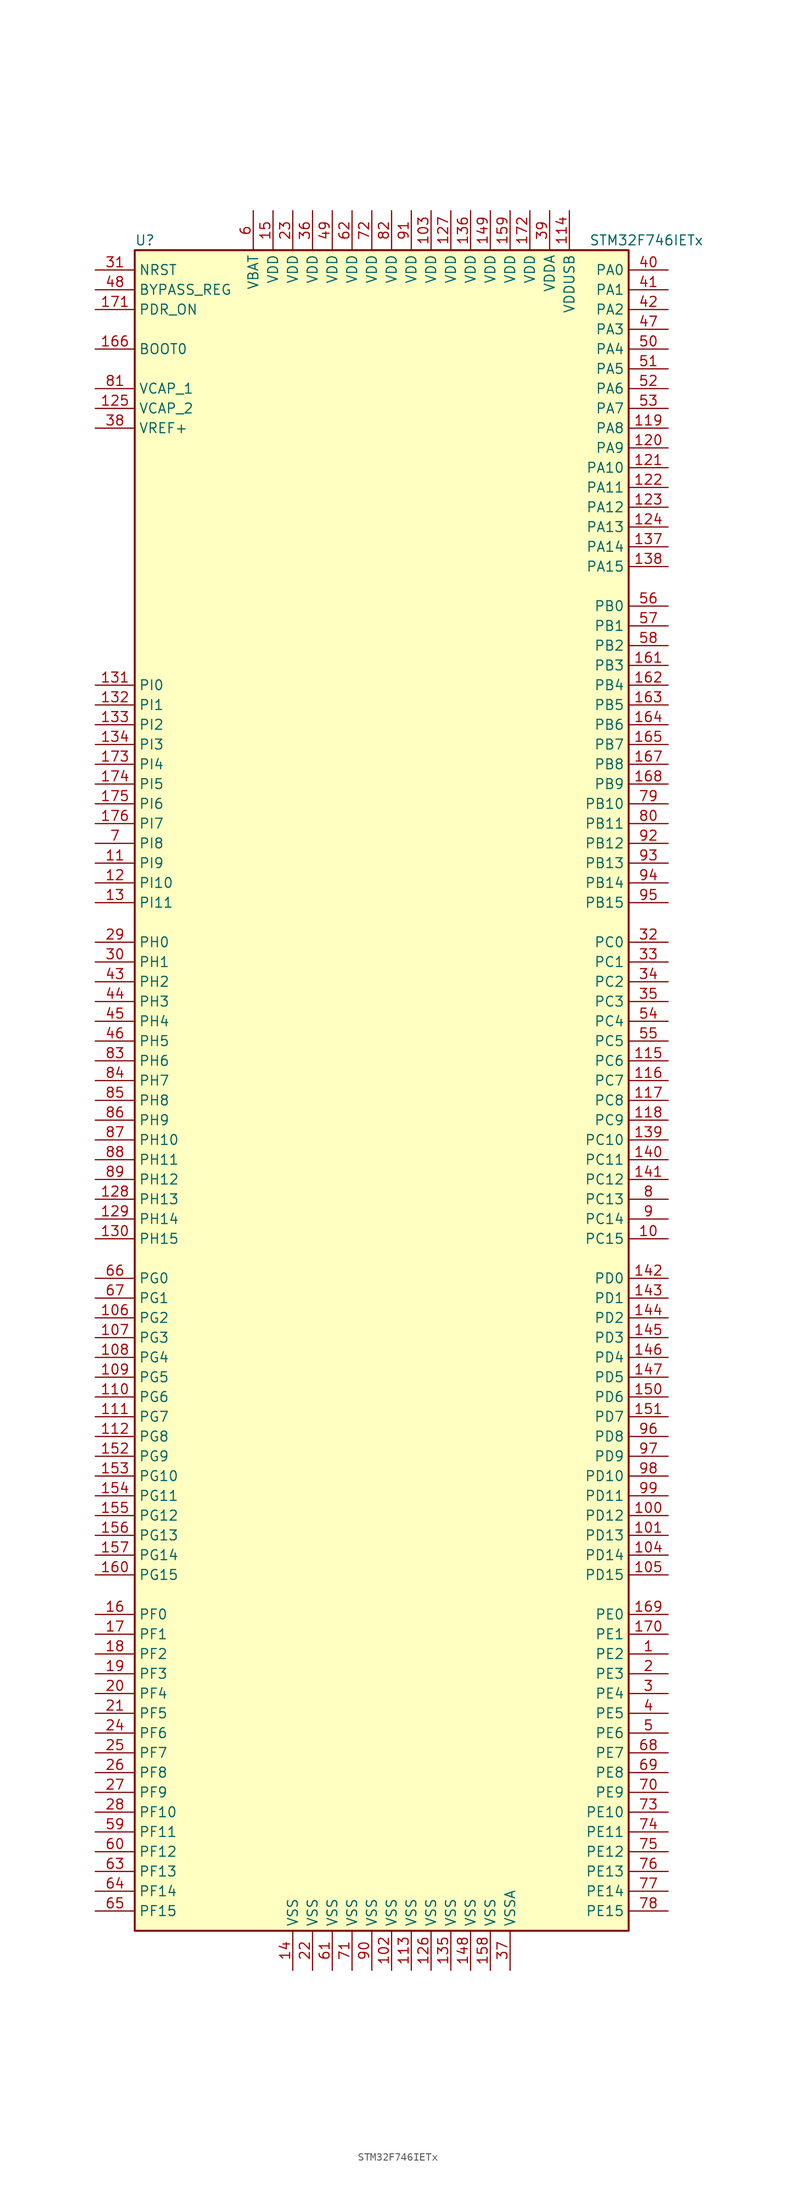
<source format=kicad_sym>
(kicad_symbol_lib
  (version 20201005)
  (generator kicad_symbol_editor)
  (symbol "STM32F746IETx"
    (property "Reference" "U"
      (at -33.02 107.95 0)
      (effects (font (size 1.27 1.27)) (justify left)))
    (property "Value" "STM32F746IETx"
      (at 25.4 107.95 0)
      (effects (font (size 1.27 1.27)) (justify left)))
    (symbol "STM32F746IETx_0_1"
      (rectangle (start -33.02 -109.22) (end 30.48 106.68) (stroke (width 0.254)) (fill (type background))))
    (symbol "STM32F746IETx_1_1"
      (pin input line (at -38.1 93.98 0) (length 5.08) (name "BOOT0" (effects (font (size 1.27 1.27)))) (number "166" (effects (font (size 1.27 1.27)))))
      (pin input line (at -38.1 101.6 0) (length 5.08) (name "BYPASS_REG" (effects (font (size 1.27 1.27)))) (number "48" (effects (font (size 1.27 1.27)))))
      (pin input line (at -38.1 104.14 0) (length 5.08) (name "NRST" (effects (font (size 1.27 1.27)))) (number "31" (effects (font (size 1.27 1.27)))))
      (pin bidirectional line (at 35.56 104.14 180) (length 5.08) (name "PA0" (effects (font (size 1.27 1.27)))) (number "40" (effects (font (size 1.27 1.27)))))
      (pin bidirectional line (at 35.56 101.6 180) (length 5.08) (name "PA1" (effects (font (size 1.27 1.27)))) (number "41" (effects (font (size 1.27 1.27)))))
      (pin bidirectional line (at 35.56 78.74 180) (length 5.08) (name "PA10" (effects (font (size 1.27 1.27)))) (number "121" (effects (font (size 1.27 1.27)))))
      (pin bidirectional line (at 35.56 76.2 180) (length 5.08) (name "PA11" (effects (font (size 1.27 1.27)))) (number "122" (effects (font (size 1.27 1.27)))))
      (pin bidirectional line (at 35.56 73.66 180) (length 5.08) (name "PA12" (effects (font (size 1.27 1.27)))) (number "123" (effects (font (size 1.27 1.27)))))
      (pin bidirectional line (at 35.56 71.12 180) (length 5.08) (name "PA13" (effects (font (size 1.27 1.27)))) (number "124" (effects (font (size 1.27 1.27)))))
      (pin bidirectional line (at 35.56 68.58 180) (length 5.08) (name "PA14" (effects (font (size 1.27 1.27)))) (number "137" (effects (font (size 1.27 1.27)))))
      (pin bidirectional line (at 35.56 66.04 180) (length 5.08) (name "PA15" (effects (font (size 1.27 1.27)))) (number "138" (effects (font (size 1.27 1.27)))))
      (pin bidirectional line (at 35.56 99.06 180) (length 5.08) (name "PA2" (effects (font (size 1.27 1.27)))) (number "42" (effects (font (size 1.27 1.27)))))
      (pin bidirectional line (at 35.56 96.52 180) (length 5.08) (name "PA3" (effects (font (size 1.27 1.27)))) (number "47" (effects (font (size 1.27 1.27)))))
      (pin bidirectional line (at 35.56 93.98 180) (length 5.08) (name "PA4" (effects (font (size 1.27 1.27)))) (number "50" (effects (font (size 1.27 1.27)))))
      (pin bidirectional line (at 35.56 91.44 180) (length 5.08) (name "PA5" (effects (font (size 1.27 1.27)))) (number "51" (effects (font (size 1.27 1.27)))))
      (pin bidirectional line (at 35.56 88.9 180) (length 5.08) (name "PA6" (effects (font (size 1.27 1.27)))) (number "52" (effects (font (size 1.27 1.27)))))
      (pin bidirectional line (at 35.56 86.36 180) (length 5.08) (name "PA7" (effects (font (size 1.27 1.27)))) (number "53" (effects (font (size 1.27 1.27)))))
      (pin bidirectional line (at 35.56 83.82 180) (length 5.08) (name "PA8" (effects (font (size 1.27 1.27)))) (number "119" (effects (font (size 1.27 1.27)))))
      (pin bidirectional line (at 35.56 81.28 180) (length 5.08) (name "PA9" (effects (font (size 1.27 1.27)))) (number "120" (effects (font (size 1.27 1.27)))))
      (pin bidirectional line (at 35.56 60.96 180) (length 5.08) (name "PB0" (effects (font (size 1.27 1.27)))) (number "56" (effects (font (size 1.27 1.27)))))
      (pin bidirectional line (at 35.56 58.42 180) (length 5.08) (name "PB1" (effects (font (size 1.27 1.27)))) (number "57" (effects (font (size 1.27 1.27)))))
      (pin bidirectional line (at 35.56 35.56 180) (length 5.08) (name "PB10" (effects (font (size 1.27 1.27)))) (number "79" (effects (font (size 1.27 1.27)))))
      (pin bidirectional line (at 35.56 33.02 180) (length 5.08) (name "PB11" (effects (font (size 1.27 1.27)))) (number "80" (effects (font (size 1.27 1.27)))))
      (pin bidirectional line (at 35.56 30.48 180) (length 5.08) (name "PB12" (effects (font (size 1.27 1.27)))) (number "92" (effects (font (size 1.27 1.27)))))
      (pin bidirectional line (at 35.56 27.94 180) (length 5.08) (name "PB13" (effects (font (size 1.27 1.27)))) (number "93" (effects (font (size 1.27 1.27)))))
      (pin bidirectional line (at 35.56 25.4 180) (length 5.08) (name "PB14" (effects (font (size 1.27 1.27)))) (number "94" (effects (font (size 1.27 1.27)))))
      (pin bidirectional line (at 35.56 22.86 180) (length 5.08) (name "PB15" (effects (font (size 1.27 1.27)))) (number "95" (effects (font (size 1.27 1.27)))))
      (pin bidirectional line (at 35.56 55.88 180) (length 5.08) (name "PB2" (effects (font (size 1.27 1.27)))) (number "58" (effects (font (size 1.27 1.27)))))
      (pin bidirectional line (at 35.56 53.34 180) (length 5.08) (name "PB3" (effects (font (size 1.27 1.27)))) (number "161" (effects (font (size 1.27 1.27)))))
      (pin bidirectional line (at 35.56 50.8 180) (length 5.08) (name "PB4" (effects (font (size 1.27 1.27)))) (number "162" (effects (font (size 1.27 1.27)))))
      (pin bidirectional line (at 35.56 48.26 180) (length 5.08) (name "PB5" (effects (font (size 1.27 1.27)))) (number "163" (effects (font (size 1.27 1.27)))))
      (pin bidirectional line (at 35.56 45.72 180) (length 5.08) (name "PB6" (effects (font (size 1.27 1.27)))) (number "164" (effects (font (size 1.27 1.27)))))
      (pin bidirectional line (at 35.56 43.18 180) (length 5.08) (name "PB7" (effects (font (size 1.27 1.27)))) (number "165" (effects (font (size 1.27 1.27)))))
      (pin bidirectional line (at 35.56 40.64 180) (length 5.08) (name "PB8" (effects (font (size 1.27 1.27)))) (number "167" (effects (font (size 1.27 1.27)))))
      (pin bidirectional line (at 35.56 38.1 180) (length 5.08) (name "PB9" (effects (font (size 1.27 1.27)))) (number "168" (effects (font (size 1.27 1.27)))))
      (pin bidirectional line (at 35.56 17.78 180) (length 5.08) (name "PC0" (effects (font (size 1.27 1.27)))) (number "32" (effects (font (size 1.27 1.27)))))
      (pin bidirectional line (at 35.56 15.24 180) (length 5.08) (name "PC1" (effects (font (size 1.27 1.27)))) (number "33" (effects (font (size 1.27 1.27)))))
      (pin bidirectional line (at 35.56 -7.62 180) (length 5.08) (name "PC10" (effects (font (size 1.27 1.27)))) (number "139" (effects (font (size 1.27 1.27)))))
      (pin bidirectional line (at 35.56 -10.16 180) (length 5.08) (name "PC11" (effects (font (size 1.27 1.27)))) (number "140" (effects (font (size 1.27 1.27)))))
      (pin bidirectional line (at 35.56 -12.7 180) (length 5.08) (name "PC12" (effects (font (size 1.27 1.27)))) (number "141" (effects (font (size 1.27 1.27)))))
      (pin bidirectional line (at 35.56 -15.24 180) (length 5.08) (name "PC13" (effects (font (size 1.27 1.27)))) (number "8" (effects (font (size 1.27 1.27)))))
      (pin bidirectional line (at 35.56 -17.78 180) (length 5.08) (name "PC14" (effects (font (size 1.27 1.27)))) (number "9" (effects (font (size 1.27 1.27)))))
      (pin bidirectional line (at 35.56 -20.32 180) (length 5.08) (name "PC15" (effects (font (size 1.27 1.27)))) (number "10" (effects (font (size 1.27 1.27)))))
      (pin bidirectional line (at 35.56 12.7 180) (length 5.08) (name "PC2" (effects (font (size 1.27 1.27)))) (number "34" (effects (font (size 1.27 1.27)))))
      (pin bidirectional line (at 35.56 10.16 180) (length 5.08) (name "PC3" (effects (font (size 1.27 1.27)))) (number "35" (effects (font (size 1.27 1.27)))))
      (pin bidirectional line (at 35.56 7.62 180) (length 5.08) (name "PC4" (effects (font (size 1.27 1.27)))) (number "54" (effects (font (size 1.27 1.27)))))
      (pin bidirectional line (at 35.56 5.08 180) (length 5.08) (name "PC5" (effects (font (size 1.27 1.27)))) (number "55" (effects (font (size 1.27 1.27)))))
      (pin bidirectional line (at 35.56 2.54 180) (length 5.08) (name "PC6" (effects (font (size 1.27 1.27)))) (number "115" (effects (font (size 1.27 1.27)))))
      (pin bidirectional line (at 35.56 0 180) (length 5.08) (name "PC7" (effects (font (size 1.27 1.27)))) (number "116" (effects (font (size 1.27 1.27)))))
      (pin bidirectional line (at 35.56 -2.54 180) (length 5.08) (name "PC8" (effects (font (size 1.27 1.27)))) (number "117" (effects (font (size 1.27 1.27)))))
      (pin bidirectional line (at 35.56 -5.08 180) (length 5.08) (name "PC9" (effects (font (size 1.27 1.27)))) (number "118" (effects (font (size 1.27 1.27)))))
      (pin bidirectional line (at 35.56 -25.4 180) (length 5.08) (name "PD0" (effects (font (size 1.27 1.27)))) (number "142" (effects (font (size 1.27 1.27)))))
      (pin bidirectional line (at 35.56 -27.94 180) (length 5.08) (name "PD1" (effects (font (size 1.27 1.27)))) (number "143" (effects (font (size 1.27 1.27)))))
      (pin bidirectional line (at 35.56 -50.8 180) (length 5.08) (name "PD10" (effects (font (size 1.27 1.27)))) (number "98" (effects (font (size 1.27 1.27)))))
      (pin bidirectional line (at 35.56 -53.34 180) (length 5.08) (name "PD11" (effects (font (size 1.27 1.27)))) (number "99" (effects (font (size 1.27 1.27)))))
      (pin bidirectional line (at 35.56 -55.88 180) (length 5.08) (name "PD12" (effects (font (size 1.27 1.27)))) (number "100" (effects (font (size 1.27 1.27)))))
      (pin bidirectional line (at 35.56 -58.42 180) (length 5.08) (name "PD13" (effects (font (size 1.27 1.27)))) (number "101" (effects (font (size 1.27 1.27)))))
      (pin bidirectional line (at 35.56 -60.96 180) (length 5.08) (name "PD14" (effects (font (size 1.27 1.27)))) (number "104" (effects (font (size 1.27 1.27)))))
      (pin bidirectional line (at 35.56 -63.5 180) (length 5.08) (name "PD15" (effects (font (size 1.27 1.27)))) (number "105" (effects (font (size 1.27 1.27)))))
      (pin bidirectional line (at 35.56 -30.48 180) (length 5.08) (name "PD2" (effects (font (size 1.27 1.27)))) (number "144" (effects (font (size 1.27 1.27)))))
      (pin bidirectional line (at 35.56 -33.02 180) (length 5.08) (name "PD3" (effects (font (size 1.27 1.27)))) (number "145" (effects (font (size 1.27 1.27)))))
      (pin bidirectional line (at 35.56 -35.56 180) (length 5.08) (name "PD4" (effects (font (size 1.27 1.27)))) (number "146" (effects (font (size 1.27 1.27)))))
      (pin bidirectional line (at 35.56 -38.1 180) (length 5.08) (name "PD5" (effects (font (size 1.27 1.27)))) (number "147" (effects (font (size 1.27 1.27)))))
      (pin bidirectional line (at 35.56 -40.64 180) (length 5.08) (name "PD6" (effects (font (size 1.27 1.27)))) (number "150" (effects (font (size 1.27 1.27)))))
      (pin bidirectional line (at 35.56 -43.18 180) (length 5.08) (name "PD7" (effects (font (size 1.27 1.27)))) (number "151" (effects (font (size 1.27 1.27)))))
      (pin bidirectional line (at 35.56 -45.72 180) (length 5.08) (name "PD8" (effects (font (size 1.27 1.27)))) (number "96" (effects (font (size 1.27 1.27)))))
      (pin bidirectional line (at 35.56 -48.26 180) (length 5.08) (name "PD9" (effects (font (size 1.27 1.27)))) (number "97" (effects (font (size 1.27 1.27)))))
      (pin input line (at -38.1 99.06 0) (length 5.08) (name "PDR_ON" (effects (font (size 1.27 1.27)))) (number "171" (effects (font (size 1.27 1.27)))))
      (pin bidirectional line (at 35.56 -68.58 180) (length 5.08) (name "PE0" (effects (font (size 1.27 1.27)))) (number "169" (effects (font (size 1.27 1.27)))))
      (pin bidirectional line (at 35.56 -71.12 180) (length 5.08) (name "PE1" (effects (font (size 1.27 1.27)))) (number "170" (effects (font (size 1.27 1.27)))))
      (pin bidirectional line (at 35.56 -93.98 180) (length 5.08) (name "PE10" (effects (font (size 1.27 1.27)))) (number "73" (effects (font (size 1.27 1.27)))))
      (pin bidirectional line (at 35.56 -96.52 180) (length 5.08) (name "PE11" (effects (font (size 1.27 1.27)))) (number "74" (effects (font (size 1.27 1.27)))))
      (pin bidirectional line (at 35.56 -99.06 180) (length 5.08) (name "PE12" (effects (font (size 1.27 1.27)))) (number "75" (effects (font (size 1.27 1.27)))))
      (pin bidirectional line (at 35.56 -101.6 180) (length 5.08) (name "PE13" (effects (font (size 1.27 1.27)))) (number "76" (effects (font (size 1.27 1.27)))))
      (pin bidirectional line (at 35.56 -104.14 180) (length 5.08) (name "PE14" (effects (font (size 1.27 1.27)))) (number "77" (effects (font (size 1.27 1.27)))))
      (pin bidirectional line (at 35.56 -106.68 180) (length 5.08) (name "PE15" (effects (font (size 1.27 1.27)))) (number "78" (effects (font (size 1.27 1.27)))))
      (pin bidirectional line (at 35.56 -73.66 180) (length 5.08) (name "PE2" (effects (font (size 1.27 1.27)))) (number "1" (effects (font (size 1.27 1.27)))))
      (pin bidirectional line (at 35.56 -76.2 180) (length 5.08) (name "PE3" (effects (font (size 1.27 1.27)))) (number "2" (effects (font (size 1.27 1.27)))))
      (pin bidirectional line (at 35.56 -78.74 180) (length 5.08) (name "PE4" (effects (font (size 1.27 1.27)))) (number "3" (effects (font (size 1.27 1.27)))))
      (pin bidirectional line (at 35.56 -81.28 180) (length 5.08) (name "PE5" (effects (font (size 1.27 1.27)))) (number "4" (effects (font (size 1.27 1.27)))))
      (pin bidirectional line (at 35.56 -83.82 180) (length 5.08) (name "PE6" (effects (font (size 1.27 1.27)))) (number "5" (effects (font (size 1.27 1.27)))))
      (pin bidirectional line (at 35.56 -86.36 180) (length 5.08) (name "PE7" (effects (font (size 1.27 1.27)))) (number "68" (effects (font (size 1.27 1.27)))))
      (pin bidirectional line (at 35.56 -88.9 180) (length 5.08) (name "PE8" (effects (font (size 1.27 1.27)))) (number "69" (effects (font (size 1.27 1.27)))))
      (pin bidirectional line (at 35.56 -91.44 180) (length 5.08) (name "PE9" (effects (font (size 1.27 1.27)))) (number "70" (effects (font (size 1.27 1.27)))))
      (pin bidirectional line (at -38.1 -68.58 0) (length 5.08) (name "PF0" (effects (font (size 1.27 1.27)))) (number "16" (effects (font (size 1.27 1.27)))))
      (pin bidirectional line (at -38.1 -71.12 0) (length 5.08) (name "PF1" (effects (font (size 1.27 1.27)))) (number "17" (effects (font (size 1.27 1.27)))))
      (pin bidirectional line (at -38.1 -93.98 0) (length 5.08) (name "PF10" (effects (font (size 1.27 1.27)))) (number "28" (effects (font (size 1.27 1.27)))))
      (pin bidirectional line (at -38.1 -96.52 0) (length 5.08) (name "PF11" (effects (font (size 1.27 1.27)))) (number "59" (effects (font (size 1.27 1.27)))))
      (pin bidirectional line (at -38.1 -99.06 0) (length 5.08) (name "PF12" (effects (font (size 1.27 1.27)))) (number "60" (effects (font (size 1.27 1.27)))))
      (pin bidirectional line (at -38.1 -101.6 0) (length 5.08) (name "PF13" (effects (font (size 1.27 1.27)))) (number "63" (effects (font (size 1.27 1.27)))))
      (pin bidirectional line (at -38.1 -104.14 0) (length 5.08) (name "PF14" (effects (font (size 1.27 1.27)))) (number "64" (effects (font (size 1.27 1.27)))))
      (pin bidirectional line (at -38.1 -106.68 0) (length 5.08) (name "PF15" (effects (font (size 1.27 1.27)))) (number "65" (effects (font (size 1.27 1.27)))))
      (pin bidirectional line (at -38.1 -73.66 0) (length 5.08) (name "PF2" (effects (font (size 1.27 1.27)))) (number "18" (effects (font (size 1.27 1.27)))))
      (pin bidirectional line (at -38.1 -76.2 0) (length 5.08) (name "PF3" (effects (font (size 1.27 1.27)))) (number "19" (effects (font (size 1.27 1.27)))))
      (pin bidirectional line (at -38.1 -78.74 0) (length 5.08) (name "PF4" (effects (font (size 1.27 1.27)))) (number "20" (effects (font (size 1.27 1.27)))))
      (pin bidirectional line (at -38.1 -81.28 0) (length 5.08) (name "PF5" (effects (font (size 1.27 1.27)))) (number "21" (effects (font (size 1.27 1.27)))))
      (pin bidirectional line (at -38.1 -83.82 0) (length 5.08) (name "PF6" (effects (font (size 1.27 1.27)))) (number "24" (effects (font (size 1.27 1.27)))))
      (pin bidirectional line (at -38.1 -86.36 0) (length 5.08) (name "PF7" (effects (font (size 1.27 1.27)))) (number "25" (effects (font (size 1.27 1.27)))))
      (pin bidirectional line (at -38.1 -88.9 0) (length 5.08) (name "PF8" (effects (font (size 1.27 1.27)))) (number "26" (effects (font (size 1.27 1.27)))))
      (pin bidirectional line (at -38.1 -91.44 0) (length 5.08) (name "PF9" (effects (font (size 1.27 1.27)))) (number "27" (effects (font (size 1.27 1.27)))))
      (pin bidirectional line (at -38.1 -25.4 0) (length 5.08) (name "PG0" (effects (font (size 1.27 1.27)))) (number "66" (effects (font (size 1.27 1.27)))))
      (pin bidirectional line (at -38.1 -27.94 0) (length 5.08) (name "PG1" (effects (font (size 1.27 1.27)))) (number "67" (effects (font (size 1.27 1.27)))))
      (pin bidirectional line (at -38.1 -50.8 0) (length 5.08) (name "PG10" (effects (font (size 1.27 1.27)))) (number "153" (effects (font (size 1.27 1.27)))))
      (pin bidirectional line (at -38.1 -53.34 0) (length 5.08) (name "PG11" (effects (font (size 1.27 1.27)))) (number "154" (effects (font (size 1.27 1.27)))))
      (pin bidirectional line (at -38.1 -55.88 0) (length 5.08) (name "PG12" (effects (font (size 1.27 1.27)))) (number "155" (effects (font (size 1.27 1.27)))))
      (pin bidirectional line (at -38.1 -58.42 0) (length 5.08) (name "PG13" (effects (font (size 1.27 1.27)))) (number "156" (effects (font (size 1.27 1.27)))))
      (pin bidirectional line (at -38.1 -60.96 0) (length 5.08) (name "PG14" (effects (font (size 1.27 1.27)))) (number "157" (effects (font (size 1.27 1.27)))))
      (pin bidirectional line (at -38.1 -63.5 0) (length 5.08) (name "PG15" (effects (font (size 1.27 1.27)))) (number "160" (effects (font (size 1.27 1.27)))))
      (pin bidirectional line (at -38.1 -30.48 0) (length 5.08) (name "PG2" (effects (font (size 1.27 1.27)))) (number "106" (effects (font (size 1.27 1.27)))))
      (pin bidirectional line (at -38.1 -33.02 0) (length 5.08) (name "PG3" (effects (font (size 1.27 1.27)))) (number "107" (effects (font (size 1.27 1.27)))))
      (pin bidirectional line (at -38.1 -35.56 0) (length 5.08) (name "PG4" (effects (font (size 1.27 1.27)))) (number "108" (effects (font (size 1.27 1.27)))))
      (pin bidirectional line (at -38.1 -38.1 0) (length 5.08) (name "PG5" (effects (font (size 1.27 1.27)))) (number "109" (effects (font (size 1.27 1.27)))))
      (pin bidirectional line (at -38.1 -40.64 0) (length 5.08) (name "PG6" (effects (font (size 1.27 1.27)))) (number "110" (effects (font (size 1.27 1.27)))))
      (pin bidirectional line (at -38.1 -43.18 0) (length 5.08) (name "PG7" (effects (font (size 1.27 1.27)))) (number "111" (effects (font (size 1.27 1.27)))))
      (pin bidirectional line (at -38.1 -45.72 0) (length 5.08) (name "PG8" (effects (font (size 1.27 1.27)))) (number "112" (effects (font (size 1.27 1.27)))))
      (pin bidirectional line (at -38.1 -48.26 0) (length 5.08) (name "PG9" (effects (font (size 1.27 1.27)))) (number "152" (effects (font (size 1.27 1.27)))))
      (pin input line (at -38.1 17.78 0) (length 5.08) (name "PH0" (effects (font (size 1.27 1.27)))) (number "29" (effects (font (size 1.27 1.27)))))
      (pin input line (at -38.1 15.24 0) (length 5.08) (name "PH1" (effects (font (size 1.27 1.27)))) (number "30" (effects (font (size 1.27 1.27)))))
      (pin bidirectional line (at -38.1 -7.62 0) (length 5.08) (name "PH10" (effects (font (size 1.27 1.27)))) (number "87" (effects (font (size 1.27 1.27)))))
      (pin bidirectional line (at -38.1 -10.16 0) (length 5.08) (name "PH11" (effects (font (size 1.27 1.27)))) (number "88" (effects (font (size 1.27 1.27)))))
      (pin bidirectional line (at -38.1 -12.7 0) (length 5.08) (name "PH12" (effects (font (size 1.27 1.27)))) (number "89" (effects (font (size 1.27 1.27)))))
      (pin bidirectional line (at -38.1 -15.24 0) (length 5.08) (name "PH13" (effects (font (size 1.27 1.27)))) (number "128" (effects (font (size 1.27 1.27)))))
      (pin bidirectional line (at -38.1 -17.78 0) (length 5.08) (name "PH14" (effects (font (size 1.27 1.27)))) (number "129" (effects (font (size 1.27 1.27)))))
      (pin bidirectional line (at -38.1 -20.32 0) (length 5.08) (name "PH15" (effects (font (size 1.27 1.27)))) (number "130" (effects (font (size 1.27 1.27)))))
      (pin bidirectional line (at -38.1 12.7 0) (length 5.08) (name "PH2" (effects (font (size 1.27 1.27)))) (number "43" (effects (font (size 1.27 1.27)))))
      (pin bidirectional line (at -38.1 10.16 0) (length 5.08) (name "PH3" (effects (font (size 1.27 1.27)))) (number "44" (effects (font (size 1.27 1.27)))))
      (pin bidirectional line (at -38.1 7.62 0) (length 5.08) (name "PH4" (effects (font (size 1.27 1.27)))) (number "45" (effects (font (size 1.27 1.27)))))
      (pin bidirectional line (at -38.1 5.08 0) (length 5.08) (name "PH5" (effects (font (size 1.27 1.27)))) (number "46" (effects (font (size 1.27 1.27)))))
      (pin bidirectional line (at -38.1 2.54 0) (length 5.08) (name "PH6" (effects (font (size 1.27 1.27)))) (number "83" (effects (font (size 1.27 1.27)))))
      (pin bidirectional line (at -38.1 0 0) (length 5.08) (name "PH7" (effects (font (size 1.27 1.27)))) (number "84" (effects (font (size 1.27 1.27)))))
      (pin bidirectional line (at -38.1 -2.54 0) (length 5.08) (name "PH8" (effects (font (size 1.27 1.27)))) (number "85" (effects (font (size 1.27 1.27)))))
      (pin bidirectional line (at -38.1 -5.08 0) (length 5.08) (name "PH9" (effects (font (size 1.27 1.27)))) (number "86" (effects (font (size 1.27 1.27)))))
      (pin bidirectional line (at -38.1 50.8 0) (length 5.08) (name "PI0" (effects (font (size 1.27 1.27)))) (number "131" (effects (font (size 1.27 1.27)))))
      (pin bidirectional line (at -38.1 48.26 0) (length 5.08) (name "PI1" (effects (font (size 1.27 1.27)))) (number "132" (effects (font (size 1.27 1.27)))))
      (pin bidirectional line (at -38.1 25.4 0) (length 5.08) (name "PI10" (effects (font (size 1.27 1.27)))) (number "12" (effects (font (size 1.27 1.27)))))
      (pin bidirectional line (at -38.1 22.86 0) (length 5.08) (name "PI11" (effects (font (size 1.27 1.27)))) (number "13" (effects (font (size 1.27 1.27)))))
      (pin bidirectional line (at -38.1 45.72 0) (length 5.08) (name "PI2" (effects (font (size 1.27 1.27)))) (number "133" (effects (font (size 1.27 1.27)))))
      (pin bidirectional line (at -38.1 43.18 0) (length 5.08) (name "PI3" (effects (font (size 1.27 1.27)))) (number "134" (effects (font (size 1.27 1.27)))))
      (pin bidirectional line (at -38.1 40.64 0) (length 5.08) (name "PI4" (effects (font (size 1.27 1.27)))) (number "173" (effects (font (size 1.27 1.27)))))
      (pin bidirectional line (at -38.1 38.1 0) (length 5.08) (name "PI5" (effects (font (size 1.27 1.27)))) (number "174" (effects (font (size 1.27 1.27)))))
      (pin bidirectional line (at -38.1 35.56 0) (length 5.08) (name "PI6" (effects (font (size 1.27 1.27)))) (number "175" (effects (font (size 1.27 1.27)))))
      (pin bidirectional line (at -38.1 33.02 0) (length 5.08) (name "PI7" (effects (font (size 1.27 1.27)))) (number "176" (effects (font (size 1.27 1.27)))))
      (pin bidirectional line (at -38.1 30.48 0) (length 5.08) (name "PI8" (effects (font (size 1.27 1.27)))) (number "7" (effects (font (size 1.27 1.27)))))
      (pin bidirectional line (at -38.1 27.94 0) (length 5.08) (name "PI9" (effects (font (size 1.27 1.27)))) (number "11" (effects (font (size 1.27 1.27)))))
      (pin power_in line (at -17.78 111.76 270) (length 5.08) (name "VBAT" (effects (font (size 1.27 1.27)))) (number "6" (effects (font (size 1.27 1.27)))))
      (pin power_in line (at -38.1 88.9 0) (length 5.08) (name "VCAP_1" (effects (font (size 1.27 1.27)))) (number "81" (effects (font (size 1.27 1.27)))))
      (pin power_in line (at -38.1 86.36 0) (length 5.08) (name "VCAP_2" (effects (font (size 1.27 1.27)))) (number "125" (effects (font (size 1.27 1.27)))))
      (pin power_in line (at 5.08 111.76 270) (length 5.08) (name "VDD" (effects (font (size 1.27 1.27)))) (number "103" (effects (font (size 1.27 1.27)))))
      (pin power_in line (at 7.62 111.76 270) (length 5.08) (name "VDD" (effects (font (size 1.27 1.27)))) (number "127" (effects (font (size 1.27 1.27)))))
      (pin power_in line (at 10.16 111.76 270) (length 5.08) (name "VDD" (effects (font (size 1.27 1.27)))) (number "136" (effects (font (size 1.27 1.27)))))
      (pin power_in line (at 12.7 111.76 270) (length 5.08) (name "VDD" (effects (font (size 1.27 1.27)))) (number "149" (effects (font (size 1.27 1.27)))))
      (pin power_in line (at -15.24 111.76 270) (length 5.08) (name "VDD" (effects (font (size 1.27 1.27)))) (number "15" (effects (font (size 1.27 1.27)))))
      (pin power_in line (at 15.24 111.76 270) (length 5.08) (name "VDD" (effects (font (size 1.27 1.27)))) (number "159" (effects (font (size 1.27 1.27)))))
      (pin power_in line (at 17.78 111.76 270) (length 5.08) (name "VDD" (effects (font (size 1.27 1.27)))) (number "172" (effects (font (size 1.27 1.27)))))
      (pin power_in line (at -12.7 111.76 270) (length 5.08) (name "VDD" (effects (font (size 1.27 1.27)))) (number "23" (effects (font (size 1.27 1.27)))))
      (pin power_in line (at -10.16 111.76 270) (length 5.08) (name "VDD" (effects (font (size 1.27 1.27)))) (number "36" (effects (font (size 1.27 1.27)))))
      (pin power_in line (at -7.62 111.76 270) (length 5.08) (name "VDD" (effects (font (size 1.27 1.27)))) (number "49" (effects (font (size 1.27 1.27)))))
      (pin power_in line (at -5.08 111.76 270) (length 5.08) (name "VDD" (effects (font (size 1.27 1.27)))) (number "62" (effects (font (size 1.27 1.27)))))
      (pin power_in line (at -2.54 111.76 270) (length 5.08) (name "VDD" (effects (font (size 1.27 1.27)))) (number "72" (effects (font (size 1.27 1.27)))))
      (pin power_in line (at 0 111.76 270) (length 5.08) (name "VDD" (effects (font (size 1.27 1.27)))) (number "82" (effects (font (size 1.27 1.27)))))
      (pin power_in line (at 2.54 111.76 270) (length 5.08) (name "VDD" (effects (font (size 1.27 1.27)))) (number "91" (effects (font (size 1.27 1.27)))))
      (pin power_in line (at 20.32 111.76 270) (length 5.08) (name "VDDA" (effects (font (size 1.27 1.27)))) (number "39" (effects (font (size 1.27 1.27)))))
      (pin power_in line (at 22.86 111.76 270) (length 5.08) (name "VDDUSB" (effects (font (size 1.27 1.27)))) (number "114" (effects (font (size 1.27 1.27)))))
      (pin power_in line (at -38.1 83.82 0) (length 5.08) (name "VREF+" (effects (font (size 1.27 1.27)))) (number "38" (effects (font (size 1.27 1.27)))))
      (pin power_in line (at 0 -114.3 90) (length 5.08) (name "VSS" (effects (font (size 1.27 1.27)))) (number "102" (effects (font (size 1.27 1.27)))))
      (pin power_in line (at 2.54 -114.3 90) (length 5.08) (name "VSS" (effects (font (size 1.27 1.27)))) (number "113" (effects (font (size 1.27 1.27)))))
      (pin power_in line (at 5.08 -114.3 90) (length 5.08) (name "VSS" (effects (font (size 1.27 1.27)))) (number "126" (effects (font (size 1.27 1.27)))))
      (pin power_in line (at 7.62 -114.3 90) (length 5.08) (name "VSS" (effects (font (size 1.27 1.27)))) (number "135" (effects (font (size 1.27 1.27)))))
      (pin power_in line (at -12.7 -114.3 90) (length 5.08) (name "VSS" (effects (font (size 1.27 1.27)))) (number "14" (effects (font (size 1.27 1.27)))))
      (pin power_in line (at 10.16 -114.3 90) (length 5.08) (name "VSS" (effects (font (size 1.27 1.27)))) (number "148" (effects (font (size 1.27 1.27)))))
      (pin power_in line (at 12.7 -114.3 90) (length 5.08) (name "VSS" (effects (font (size 1.27 1.27)))) (number "158" (effects (font (size 1.27 1.27)))))
      (pin power_in line (at -10.16 -114.3 90) (length 5.08) (name "VSS" (effects (font (size 1.27 1.27)))) (number "22" (effects (font (size 1.27 1.27)))))
      (pin power_in line (at -7.62 -114.3 90) (length 5.08) (name "VSS" (effects (font (size 1.27 1.27)))) (number "61" (effects (font (size 1.27 1.27)))))
      (pin power_in line (at -5.08 -114.3 90) (length 5.08) (name "VSS" (effects (font (size 1.27 1.27)))) (number "71" (effects (font (size 1.27 1.27)))))
      (pin power_in line (at -2.54 -114.3 90) (length 5.08) (name "VSS" (effects (font (size 1.27 1.27)))) (number "90" (effects (font (size 1.27 1.27)))))
      (pin power_in line (at 15.24 -114.3 90) (length 5.08) (name "VSSA" (effects (font (size 1.27 1.27)))) (number "37" (effects (font (size 1.27 1.27))))))))
</source>
